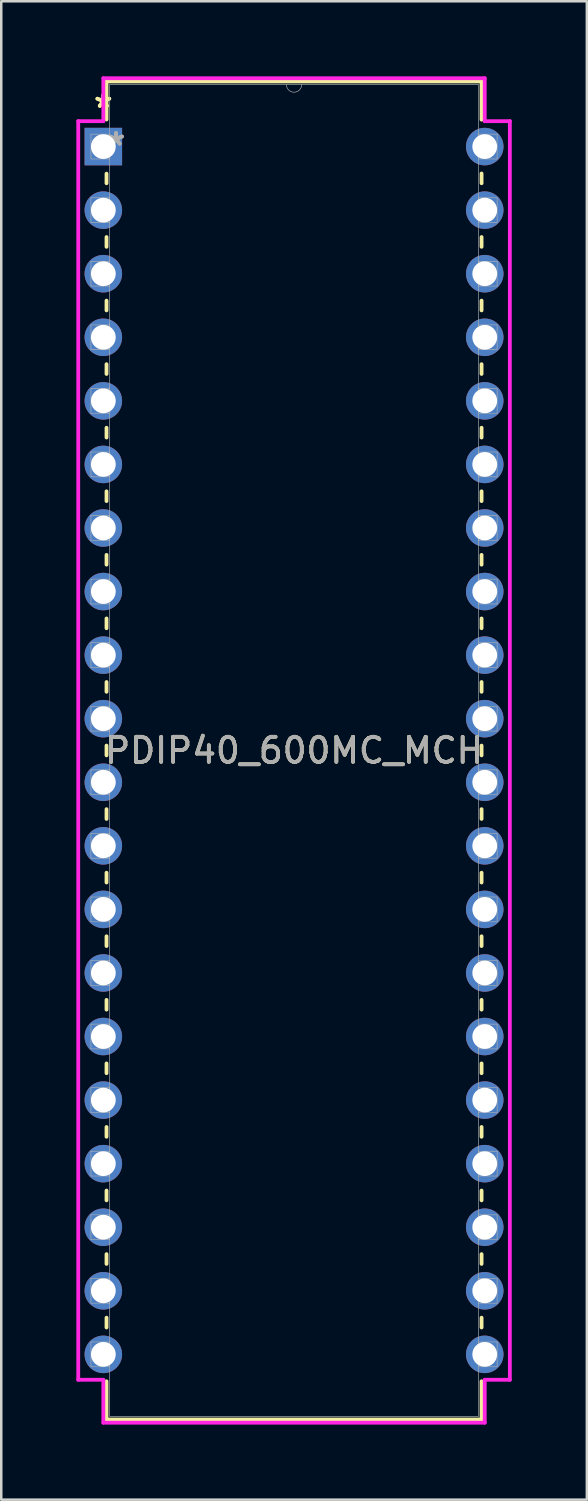
<source format=kicad_pcb>
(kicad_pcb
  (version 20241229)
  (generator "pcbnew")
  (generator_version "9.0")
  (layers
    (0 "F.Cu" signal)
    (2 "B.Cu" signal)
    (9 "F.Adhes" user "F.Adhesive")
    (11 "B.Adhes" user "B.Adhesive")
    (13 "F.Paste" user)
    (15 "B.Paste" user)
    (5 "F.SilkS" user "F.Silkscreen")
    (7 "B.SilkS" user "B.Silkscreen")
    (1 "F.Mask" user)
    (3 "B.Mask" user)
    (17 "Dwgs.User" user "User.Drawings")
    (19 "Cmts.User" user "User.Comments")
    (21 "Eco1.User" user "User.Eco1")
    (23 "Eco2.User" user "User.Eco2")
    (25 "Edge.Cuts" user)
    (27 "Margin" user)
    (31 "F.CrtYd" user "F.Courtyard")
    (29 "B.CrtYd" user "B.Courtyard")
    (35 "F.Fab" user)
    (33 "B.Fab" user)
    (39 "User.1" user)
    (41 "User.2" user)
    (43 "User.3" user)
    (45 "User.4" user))
  (footprint "PDIP40_600MC_MCH"
    (layer "F.Cu")
    (at 1.079 2.807)
    (property "Reference" "PDIP40_600MC_MCH" (at 7.62 24.13 0) (unlocked yes) (layer "F.SilkS") (effects (font (size 1 1) (thickness 0.15))))
    (attr through_hole)
    (fp_line (start 0.127 -2.603) (end 0.127 -1.082) (stroke (width 0.152) (type solid)) (layer "F.SilkS"))
    (fp_line (start 0.127 1.082) (end 0.127 1.465) (stroke (width 0.152) (type solid)) (layer "F.SilkS"))
    (fp_line (start 0.127 3.615) (end 0.127 4.005) (stroke (width 0.152) (type solid)) (layer "F.SilkS"))
    (fp_line (start 0.127 6.155) (end 0.127 6.545) (stroke (width 0.152) (type solid)) (layer "F.SilkS"))
    (fp_line (start 0.127 8.695) (end 0.127 9.085) (stroke (width 0.152) (type solid)) (layer "F.SilkS"))
    (fp_line (start 0.127 11.235) (end 0.127 11.625) (stroke (width 0.152) (type solid)) (layer "F.SilkS"))
    (fp_line (start 0.127 13.775) (end 0.127 14.165) (stroke (width 0.152) (type solid)) (layer "F.SilkS"))
    (fp_line (start 0.127 16.315) (end 0.127 16.705) (stroke (width 0.152) (type solid)) (layer "F.SilkS"))
    (fp_line (start 0.127 18.855) (end 0.127 19.245) (stroke (width 0.152) (type solid)) (layer "F.SilkS"))
    (fp_line (start 0.127 21.395) (end 0.127 21.785) (stroke (width 0.152) (type solid)) (layer "F.SilkS"))
    (fp_line (start 0.127 23.935) (end 0.127 24.325) (stroke (width 0.152) (type solid)) (layer "F.SilkS"))
    (fp_line (start 0.127 26.475) (end 0.127 26.865) (stroke (width 0.152) (type solid)) (layer "F.SilkS"))
    (fp_line (start 0.127 29.015) (end 0.127 29.405) (stroke (width 0.152) (type solid)) (layer "F.SilkS"))
    (fp_line (start 0.127 31.555) (end 0.127 31.945) (stroke (width 0.152) (type solid)) (layer "F.SilkS"))
    (fp_line (start 0.127 34.095) (end 0.127 34.485) (stroke (width 0.152) (type solid)) (layer "F.SilkS"))
    (fp_line (start 0.127 36.635) (end 0.127 37.025) (stroke (width 0.152) (type solid)) (layer "F.SilkS"))
    (fp_line (start 0.127 39.175) (end 0.127 39.565) (stroke (width 0.152) (type solid)) (layer "F.SilkS"))
    (fp_line (start 0.127 41.715) (end 0.127 42.105) (stroke (width 0.152) (type solid)) (layer "F.SilkS"))
    (fp_line (start 0.127 44.255) (end 0.127 44.645) (stroke (width 0.152) (type solid)) (layer "F.SilkS"))
    (fp_line (start 0.127 46.795) (end 0.127 47.185) (stroke (width 0.152) (type solid)) (layer "F.SilkS"))
    (fp_line (start 0.127 49.335) (end 0.127 50.864) (stroke (width 0.152) (type solid)) (layer "F.SilkS"))
    (fp_line (start 0.127 50.864) (end 15.113 50.864) (stroke (width 0.152) (type solid)) (layer "F.SilkS"))
    (fp_line (start 15.113 -2.603) (end 0.127 -2.603) (stroke (width 0.152) (type solid)) (layer "F.SilkS"))
    (fp_line (start 15.113 -1.075) (end 15.113 -2.603) (stroke (width 0.152) (type solid)) (layer "F.SilkS"))
    (fp_line (start 15.113 1.465) (end 15.113 1.075) (stroke (width 0.152) (type solid)) (layer "F.SilkS"))
    (fp_line (start 15.113 4.005) (end 15.113 3.615) (stroke (width 0.152) (type solid)) (layer "F.SilkS"))
    (fp_line (start 15.113 6.545) (end 15.113 6.155) (stroke (width 0.152) (type solid)) (layer "F.SilkS"))
    (fp_line (start 15.113 9.085) (end 15.113 8.695) (stroke (width 0.152) (type solid)) (layer "F.SilkS"))
    (fp_line (start 15.113 11.625) (end 15.113 11.235) (stroke (width 0.152) (type solid)) (layer "F.SilkS"))
    (fp_line (start 15.113 14.165) (end 15.113 13.775) (stroke (width 0.152) (type solid)) (layer "F.SilkS"))
    (fp_line (start 15.113 16.705) (end 15.113 16.315) (stroke (width 0.152) (type solid)) (layer "F.SilkS"))
    (fp_line (start 15.113 19.245) (end 15.113 18.855) (stroke (width 0.152) (type solid)) (layer "F.SilkS"))
    (fp_line (start 15.113 21.785) (end 15.113 21.395) (stroke (width 0.152) (type solid)) (layer "F.SilkS"))
    (fp_line (start 15.113 24.325) (end 15.113 23.935) (stroke (width 0.152) (type solid)) (layer "F.SilkS"))
    (fp_line (start 15.113 26.865) (end 15.113 26.475) (stroke (width 0.152) (type solid)) (layer "F.SilkS"))
    (fp_line (start 15.113 29.405) (end 15.113 29.015) (stroke (width 0.152) (type solid)) (layer "F.SilkS"))
    (fp_line (start 15.113 31.945) (end 15.113 31.555) (stroke (width 0.152) (type solid)) (layer "F.SilkS"))
    (fp_line (start 15.113 34.485) (end 15.113 34.095) (stroke (width 0.152) (type solid)) (layer "F.SilkS"))
    (fp_line (start 15.113 37.025) (end 15.113 36.635) (stroke (width 0.152) (type solid)) (layer "F.SilkS"))
    (fp_line (start 15.113 39.565) (end 15.113 39.175) (stroke (width 0.152) (type solid)) (layer "F.SilkS"))
    (fp_line (start 15.113 42.105) (end 15.113 41.715) (stroke (width 0.152) (type solid)) (layer "F.SilkS"))
    (fp_line (start 15.113 44.645) (end 15.113 44.255) (stroke (width 0.152) (type solid)) (layer "F.SilkS"))
    (fp_line (start 15.113 47.185) (end 15.113 46.795) (stroke (width 0.152) (type solid)) (layer "F.SilkS"))
    (fp_line (start 15.113 50.864) (end 15.113 49.335) (stroke (width 0.152) (type solid)) (layer "F.SilkS"))
    (fp_line (start -1.003 -1.016) (end 0 -1.016) (stroke (width 0.152) (type solid)) (layer "F.CrtYd"))
    (fp_line (start -1.003 49.276) (end -1.003 -1.016) (stroke (width 0.152) (type solid)) (layer "F.CrtYd"))
    (fp_line (start 0 -2.731) (end 15.24 -2.731) (stroke (width 0.152) (type solid)) (layer "F.CrtYd"))
    (fp_line (start 0 -1.016) (end 0 -2.731) (stroke (width 0.152) (type solid)) (layer "F.CrtYd"))
    (fp_line (start 0 49.276) (end -1.003 49.276) (stroke (width 0.152) (type solid)) (layer "F.CrtYd"))
    (fp_line (start 0 50.99) (end 0 49.276) (stroke (width 0.152) (type solid)) (layer "F.CrtYd"))
    (fp_line (start 15.24 -2.731) (end 15.24 -1.016) (stroke (width 0.152) (type solid)) (layer "F.CrtYd"))
    (fp_line (start 15.24 49.276) (end 15.24 50.99) (stroke (width 0.152) (type solid)) (layer "F.CrtYd"))
    (fp_line (start 15.24 50.99) (end 0 50.99) (stroke (width 0.152) (type solid)) (layer "F.CrtYd"))
    (fp_line (start 16.243 -1.016) (end 15.24 -1.016) (stroke (width 0.152) (type solid)) (layer "F.CrtYd"))
    (fp_line (start 16.243 -1.016) (end 16.243 49.276) (stroke (width 0.152) (type solid)) (layer "F.CrtYd"))
    (fp_line (start 16.243 49.276) (end 15.24 49.276) (stroke (width 0.152) (type solid)) (layer "F.CrtYd"))
    (fp_line (start -0.495 -0.495) (end -0.495 0.495) (stroke (width 0.025) (type solid)) (layer "F.Fab"))
    (fp_line (start -0.495 0.495) (end 0.254 0.495) (stroke (width 0.025) (type solid)) (layer "F.Fab"))
    (fp_line (start -0.495 2.045) (end -0.495 3.035) (stroke (width 0.025) (type solid)) (layer "F.Fab"))
    (fp_line (start -0.495 3.035) (end 0.254 3.035) (stroke (width 0.025) (type solid)) (layer "F.Fab"))
    (fp_line (start -0.495 4.585) (end -0.495 5.575) (stroke (width 0.025) (type solid)) (layer "F.Fab"))
    (fp_line (start -0.495 5.575) (end 0.254 5.575) (stroke (width 0.025) (type solid)) (layer "F.Fab"))
    (fp_line (start -0.495 7.125) (end -0.495 8.115) (stroke (width 0.025) (type solid)) (layer "F.Fab"))
    (fp_line (start -0.495 8.115) (end 0.254 8.115) (stroke (width 0.025) (type solid)) (layer "F.Fab"))
    (fp_line (start -0.495 9.665) (end -0.495 10.655) (stroke (width 0.025) (type solid)) (layer "F.Fab"))
    (fp_line (start -0.495 10.655) (end 0.254 10.655) (stroke (width 0.025) (type solid)) (layer "F.Fab"))
    (fp_line (start -0.495 12.205) (end -0.495 13.195) (stroke (width 0.025) (type solid)) (layer "F.Fab"))
    (fp_line (start -0.495 13.195) (end 0.254 13.195) (stroke (width 0.025) (type solid)) (layer "F.Fab"))
    (fp_line (start -0.495 14.745) (end -0.495 15.735) (stroke (width 0.025) (type solid)) (layer "F.Fab"))
    (fp_line (start -0.495 15.735) (end 0.254 15.735) (stroke (width 0.025) (type solid)) (layer "F.Fab"))
    (fp_line (start -0.495 17.285) (end -0.495 18.275) (stroke (width 0.025) (type solid)) (layer "F.Fab"))
    (fp_line (start -0.495 18.275) (end 0.254 18.275) (stroke (width 0.025) (type solid)) (layer "F.Fab"))
    (fp_line (start -0.495 19.825) (end -0.495 20.815) (stroke (width 0.025) (type solid)) (layer "F.Fab"))
    (fp_line (start -0.495 20.815) (end 0.254 20.815) (stroke (width 0.025) (type solid)) (layer "F.Fab"))
    (fp_line (start -0.495 22.365) (end -0.495 23.355) (stroke (width 0.025) (type solid)) (layer "F.Fab"))
    (fp_line (start -0.495 23.355) (end 0.254 23.355) (stroke (width 0.025) (type solid)) (layer "F.Fab"))
    (fp_line (start -0.495 24.905) (end -0.495 25.895) (stroke (width 0.025) (type solid)) (layer "F.Fab"))
    (fp_line (start -0.495 25.895) (end 0.254 25.895) (stroke (width 0.025) (type solid)) (layer "F.Fab"))
    (fp_line (start -0.495 27.445) (end -0.495 28.435) (stroke (width 0.025) (type solid)) (layer "F.Fab"))
    (fp_line (start -0.495 28.435) (end 0.254 28.435) (stroke (width 0.025) (type solid)) (layer "F.Fab"))
    (fp_line (start -0.495 29.985) (end -0.495 30.975) (stroke (width 0.025) (type solid)) (layer "F.Fab"))
    (fp_line (start -0.495 30.975) (end 0.254 30.975) (stroke (width 0.025) (type solid)) (layer "F.Fab"))
    (fp_line (start -0.495 32.525) (end -0.495 33.515) (stroke (width 0.025) (type solid)) (layer "F.Fab"))
    (fp_line (start -0.495 33.515) (end 0.254 33.515) (stroke (width 0.025) (type solid)) (layer "F.Fab"))
    (fp_line (start -0.495 35.065) (end -0.495 36.055) (stroke (width 0.025) (type solid)) (layer "F.Fab"))
    (fp_line (start -0.495 36.055) (end 0.254 36.055) (stroke (width 0.025) (type solid)) (layer "F.Fab"))
    (fp_line (start -0.495 37.605) (end -0.495 38.595) (stroke (width 0.025) (type solid)) (layer "F.Fab"))
    (fp_line (start -0.495 38.595) (end 0.254 38.595) (stroke (width 0.025) (type solid)) (layer "F.Fab"))
    (fp_line (start -0.495 40.145) (end -0.495 41.135) (stroke (width 0.025) (type solid)) (layer "F.Fab"))
    (fp_line (start -0.495 41.135) (end 0.254 41.135) (stroke (width 0.025) (type solid)) (layer "F.Fab"))
    (fp_line (start -0.495 42.685) (end -0.495 43.675) (stroke (width 0.025) (type solid)) (layer "F.Fab"))
    (fp_line (start -0.495 43.675) (end 0.254 43.675) (stroke (width 0.025) (type solid)) (layer "F.Fab"))
    (fp_line (start -0.495 45.225) (end -0.495 46.215) (stroke (width 0.025) (type solid)) (layer "F.Fab"))
    (fp_line (start -0.495 46.215) (end 0.254 46.215) (stroke (width 0.025) (type solid)) (layer "F.Fab"))
    (fp_line (start -0.495 47.765) (end -0.495 48.755) (stroke (width 0.025) (type solid)) (layer "F.Fab"))
    (fp_line (start -0.495 48.755) (end 0.254 48.755) (stroke (width 0.025) (type solid)) (layer "F.Fab"))
    (fp_line (start 0.254 -2.477) (end 0.254 50.736) (stroke (width 0.025) (type solid)) (layer "F.Fab"))
    (fp_line (start 0.254 -0.495) (end -0.495 -0.495) (stroke (width 0.025) (type solid)) (layer "F.Fab"))
    (fp_line (start 0.254 0.495) (end 0.254 -0.495) (stroke (width 0.025) (type solid)) (layer "F.Fab"))
    (fp_line (start 0.254 2.045) (end -0.495 2.045) (stroke (width 0.025) (type solid)) (layer "F.Fab"))
    (fp_line (start 0.254 3.035) (end 0.254 2.045) (stroke (width 0.025) (type solid)) (layer "F.Fab"))
    (fp_line (start 0.254 4.585) (end -0.495 4.585) (stroke (width 0.025) (type solid)) (layer "F.Fab"))
    (fp_line (start 0.254 5.575) (end 0.254 4.585) (stroke (width 0.025) (type solid)) (layer "F.Fab"))
    (fp_line (start 0.254 7.125) (end -0.495 7.125) (stroke (width 0.025) (type solid)) (layer "F.Fab"))
    (fp_line (start 0.254 8.115) (end 0.254 7.125) (stroke (width 0.025) (type solid)) (layer "F.Fab"))
    (fp_line (start 0.254 9.665) (end -0.495 9.665) (stroke (width 0.025) (type solid)) (layer "F.Fab"))
    (fp_line (start 0.254 10.655) (end 0.254 9.665) (stroke (width 0.025) (type solid)) (layer "F.Fab"))
    (fp_line (start 0.254 12.205) (end -0.495 12.205) (stroke (width 0.025) (type solid)) (layer "F.Fab"))
    (fp_line (start 0.254 13.195) (end 0.254 12.205) (stroke (width 0.025) (type solid)) (layer "F.Fab"))
    (fp_line (start 0.254 14.745) (end -0.495 14.745) (stroke (width 0.025) (type solid)) (layer "F.Fab"))
    (fp_line (start 0.254 15.735) (end 0.254 14.745) (stroke (width 0.025) (type solid)) (layer "F.Fab"))
    (fp_line (start 0.254 17.285) (end -0.495 17.285) (stroke (width 0.025) (type solid)) (layer "F.Fab"))
    (fp_line (start 0.254 18.275) (end 0.254 17.285) (stroke (width 0.025) (type solid)) (layer "F.Fab"))
    (fp_line (start 0.254 19.825) (end -0.495 19.825) (stroke (width 0.025) (type solid)) (layer "F.Fab"))
    (fp_line (start 0.254 20.815) (end 0.254 19.825) (stroke (width 0.025) (type solid)) (layer "F.Fab"))
    (fp_line (start 0.254 22.365) (end -0.495 22.365) (stroke (width 0.025) (type solid)) (layer "F.Fab"))
    (fp_line (start 0.254 23.355) (end 0.254 22.365) (stroke (width 0.025) (type solid)) (layer "F.Fab"))
    (fp_line (start 0.254 24.905) (end -0.495 24.905) (stroke (width 0.025) (type solid)) (layer "F.Fab"))
    (fp_line (start 0.254 25.895) (end 0.254 24.905) (stroke (width 0.025) (type solid)) (layer "F.Fab"))
    (fp_line (start 0.254 27.445) (end -0.495 27.445) (stroke (width 0.025) (type solid)) (layer "F.Fab"))
    (fp_line (start 0.254 28.435) (end 0.254 27.445) (stroke (width 0.025) (type solid)) (layer "F.Fab"))
    (fp_line (start 0.254 29.985) (end -0.495 29.985) (stroke (width 0.025) (type solid)) (layer "F.Fab"))
    (fp_line (start 0.254 30.975) (end 0.254 29.985) (stroke (width 0.025) (type solid)) (layer "F.Fab"))
    (fp_line (start 0.254 32.525) (end -0.495 32.525) (stroke (width 0.025) (type solid)) (layer "F.Fab"))
    (fp_line (start 0.254 33.515) (end 0.254 32.525) (stroke (width 0.025) (type solid)) (layer "F.Fab"))
    (fp_line (start 0.254 35.065) (end -0.495 35.065) (stroke (width 0.025) (type solid)) (layer "F.Fab"))
    (fp_line (start 0.254 36.055) (end 0.254 35.065) (stroke (width 0.025) (type solid)) (layer "F.Fab"))
    (fp_line (start 0.254 37.605) (end -0.495 37.605) (stroke (width 0.025) (type solid)) (layer "F.Fab"))
    (fp_line (start 0.254 38.595) (end 0.254 37.605) (stroke (width 0.025) (type solid)) (layer "F.Fab"))
    (fp_line (start 0.254 40.145) (end -0.495 40.145) (stroke (width 0.025) (type solid)) (layer "F.Fab"))
    (fp_line (start 0.254 41.135) (end 0.254 40.145) (stroke (width 0.025) (type solid)) (layer "F.Fab"))
    (fp_line (start 0.254 42.685) (end -0.495 42.685) (stroke (width 0.025) (type solid)) (layer "F.Fab"))
    (fp_line (start 0.254 43.675) (end 0.254 42.685) (stroke (width 0.025) (type solid)) (layer "F.Fab"))
    (fp_line (start 0.254 45.225) (end -0.495 45.225) (stroke (width 0.025) (type solid)) (layer "F.Fab"))
    (fp_line (start 0.254 46.215) (end 0.254 45.225) (stroke (width 0.025) (type solid)) (layer "F.Fab"))
    (fp_line (start 0.254 47.765) (end -0.495 47.765) (stroke (width 0.025) (type solid)) (layer "F.Fab"))
    (fp_line (start 0.254 48.755) (end 0.254 47.765) (stroke (width 0.025) (type solid)) (layer "F.Fab"))
    (fp_line (start 0.254 50.736) (end 14.986 50.736) (stroke (width 0.025) (type solid)) (layer "F.Fab"))
    (fp_line (start 14.986 -2.477) (end 0.254 -2.477) (stroke (width 0.025) (type solid)) (layer "F.Fab"))
    (fp_line (start 14.986 -0.495) (end 14.986 0.495) (stroke (width 0.025) (type solid)) (layer "F.Fab"))
    (fp_line (start 14.986 0.495) (end 15.735 0.495) (stroke (width 0.025) (type solid)) (layer "F.Fab"))
    (fp_line (start 14.986 2.045) (end 14.986 3.035) (stroke (width 0.025) (type solid)) (layer "F.Fab"))
    (fp_line (start 14.986 3.035) (end 15.735 3.035) (stroke (width 0.025) (type solid)) (layer "F.Fab"))
    (fp_line (start 14.986 4.585) (end 14.986 5.575) (stroke (width 0.025) (type solid)) (layer "F.Fab"))
    (fp_line (start 14.986 5.575) (end 15.735 5.575) (stroke (width 0.025) (type solid)) (layer "F.Fab"))
    (fp_line (start 14.986 7.125) (end 14.986 8.115) (stroke (width 0.025) (type solid)) (layer "F.Fab"))
    (fp_line (start 14.986 8.115) (end 15.735 8.115) (stroke (width 0.025) (type solid)) (layer "F.Fab"))
    (fp_line (start 14.986 9.665) (end 14.986 10.655) (stroke (width 0.025) (type solid)) (layer "F.Fab"))
    (fp_line (start 14.986 10.655) (end 15.735 10.655) (stroke (width 0.025) (type solid)) (layer "F.Fab"))
    (fp_line (start 14.986 12.205) (end 14.986 13.195) (stroke (width 0.025) (type solid)) (layer "F.Fab"))
    (fp_line (start 14.986 13.195) (end 15.735 13.195) (stroke (width 0.025) (type solid)) (layer "F.Fab"))
    (fp_line (start 14.986 14.745) (end 14.986 15.735) (stroke (width 0.025) (type solid)) (layer "F.Fab"))
    (fp_line (start 14.986 15.735) (end 15.735 15.735) (stroke (width 0.025) (type solid)) (layer "F.Fab"))
    (fp_line (start 14.986 17.285) (end 14.986 18.275) (stroke (width 0.025) (type solid)) (layer "F.Fab"))
    (fp_line (start 14.986 18.275) (end 15.735 18.275) (stroke (width 0.025) (type solid)) (layer "F.Fab"))
    (fp_line (start 14.986 19.825) (end 14.986 20.815) (stroke (width 0.025) (type solid)) (layer "F.Fab"))
    (fp_line (start 14.986 20.815) (end 15.735 20.815) (stroke (width 0.025) (type solid)) (layer "F.Fab"))
    (fp_line (start 14.986 22.365) (end 14.986 23.355) (stroke (width 0.025) (type solid)) (layer "F.Fab"))
    (fp_line (start 14.986 23.355) (end 15.735 23.355) (stroke (width 0.025) (type solid)) (layer "F.Fab"))
    (fp_line (start 14.986 24.905) (end 14.986 25.895) (stroke (width 0.025) (type solid)) (layer "F.Fab"))
    (fp_line (start 14.986 25.895) (end 15.735 25.895) (stroke (width 0.025) (type solid)) (layer "F.Fab"))
    (fp_line (start 14.986 27.445) (end 14.986 28.435) (stroke (width 0.025) (type solid)) (layer "F.Fab"))
    (fp_line (start 14.986 28.435) (end 15.735 28.435) (stroke (width 0.025) (type solid)) (layer "F.Fab"))
    (fp_line (start 14.986 29.985) (end 14.986 30.975) (stroke (width 0.025) (type solid)) (layer "F.Fab"))
    (fp_line (start 14.986 30.975) (end 15.735 30.975) (stroke (width 0.025) (type solid)) (layer "F.Fab"))
    (fp_line (start 14.986 32.525) (end 14.986 33.515) (stroke (width 0.025) (type solid)) (layer "F.Fab"))
    (fp_line (start 14.986 33.515) (end 15.735 33.515) (stroke (width 0.025) (type solid)) (layer "F.Fab"))
    (fp_line (start 14.986 35.065) (end 14.986 36.055) (stroke (width 0.025) (type solid)) (layer "F.Fab"))
    (fp_line (start 14.986 36.055) (end 15.735 36.055) (stroke (width 0.025) (type solid)) (layer "F.Fab"))
    (fp_line (start 14.986 37.605) (end 14.986 38.595) (stroke (width 0.025) (type solid)) (layer "F.Fab"))
    (fp_line (start 14.986 38.595) (end 15.735 38.595) (stroke (width 0.025) (type solid)) (layer "F.Fab"))
    (fp_line (start 14.986 40.145) (end 14.986 41.135) (stroke (width 0.025) (type solid)) (layer "F.Fab"))
    (fp_line (start 14.986 41.135) (end 15.735 41.135) (stroke (width 0.025) (type solid)) (layer "F.Fab"))
    (fp_line (start 14.986 42.685) (end 14.986 43.675) (stroke (width 0.025) (type solid)) (layer "F.Fab"))
    (fp_line (start 14.986 43.675) (end 15.735 43.675) (stroke (width 0.025) (type solid)) (layer "F.Fab"))
    (fp_line (start 14.986 45.225) (end 14.986 46.215) (stroke (width 0.025) (type solid)) (layer "F.Fab"))
    (fp_line (start 14.986 46.215) (end 15.735 46.215) (stroke (width 0.025) (type solid)) (layer "F.Fab"))
    (fp_line (start 14.986 47.765) (end 14.986 48.755) (stroke (width 0.025) (type solid)) (layer "F.Fab"))
    (fp_line (start 14.986 48.755) (end 15.735 48.755) (stroke (width 0.025) (type solid)) (layer "F.Fab"))
    (fp_line (start 14.986 50.736) (end 14.986 -2.477) (stroke (width 0.025) (type solid)) (layer "F.Fab"))
    (fp_line (start 15.735 -0.495) (end 14.986 -0.495) (stroke (width 0.025) (type solid)) (layer "F.Fab"))
    (fp_line (start 15.735 0.495) (end 15.735 -0.495) (stroke (width 0.025) (type solid)) (layer "F.Fab"))
    (fp_line (start 15.735 2.045) (end 14.986 2.045) (stroke (width 0.025) (type solid)) (layer "F.Fab"))
    (fp_line (start 15.735 3.035) (end 15.735 2.045) (stroke (width 0.025) (type solid)) (layer "F.Fab"))
    (fp_line (start 15.735 4.585) (end 14.986 4.585) (stroke (width 0.025) (type solid)) (layer "F.Fab"))
    (fp_line (start 15.735 5.575) (end 15.735 4.585) (stroke (width 0.025) (type solid)) (layer "F.Fab"))
    (fp_line (start 15.735 7.125) (end 14.986 7.125) (stroke (width 0.025) (type solid)) (layer "F.Fab"))
    (fp_line (start 15.735 8.115) (end 15.735 7.125) (stroke (width 0.025) (type solid)) (layer "F.Fab"))
    (fp_line (start 15.735 9.665) (end 14.986 9.665) (stroke (width 0.025) (type solid)) (layer "F.Fab"))
    (fp_line (start 15.735 10.655) (end 15.735 9.665) (stroke (width 0.025) (type solid)) (layer "F.Fab"))
    (fp_line (start 15.735 12.205) (end 14.986 12.205) (stroke (width 0.025) (type solid)) (layer "F.Fab"))
    (fp_line (start 15.735 13.195) (end 15.735 12.205) (stroke (width 0.025) (type solid)) (layer "F.Fab"))
    (fp_line (start 15.735 14.745) (end 14.986 14.745) (stroke (width 0.025) (type solid)) (layer "F.Fab"))
    (fp_line (start 15.735 15.735) (end 15.735 14.745) (stroke (width 0.025) (type solid)) (layer "F.Fab"))
    (fp_line (start 15.735 17.285) (end 14.986 17.285) (stroke (width 0.025) (type solid)) (layer "F.Fab"))
    (fp_line (start 15.735 18.275) (end 15.735 17.285) (stroke (width 0.025) (type solid)) (layer "F.Fab"))
    (fp_line (start 15.735 19.825) (end 14.986 19.825) (stroke (width 0.025) (type solid)) (layer "F.Fab"))
    (fp_line (start 15.735 20.815) (end 15.735 19.825) (stroke (width 0.025) (type solid)) (layer "F.Fab"))
    (fp_line (start 15.735 22.365) (end 14.986 22.365) (stroke (width 0.025) (type solid)) (layer "F.Fab"))
    (fp_line (start 15.735 23.355) (end 15.735 22.365) (stroke (width 0.025) (type solid)) (layer "F.Fab"))
    (fp_line (start 15.735 24.905) (end 14.986 24.905) (stroke (width 0.025) (type solid)) (layer "F.Fab"))
    (fp_line (start 15.735 25.895) (end 15.735 24.905) (stroke (width 0.025) (type solid)) (layer "F.Fab"))
    (fp_line (start 15.735 27.445) (end 14.986 27.445) (stroke (width 0.025) (type solid)) (layer "F.Fab"))
    (fp_line (start 15.735 28.435) (end 15.735 27.445) (stroke (width 0.025) (type solid)) (layer "F.Fab"))
    (fp_line (start 15.735 29.985) (end 14.986 29.985) (stroke (width 0.025) (type solid)) (layer "F.Fab"))
    (fp_line (start 15.735 30.975) (end 15.735 29.985) (stroke (width 0.025) (type solid)) (layer "F.Fab"))
    (fp_line (start 15.735 32.525) (end 14.986 32.525) (stroke (width 0.025) (type solid)) (layer "F.Fab"))
    (fp_line (start 15.735 33.515) (end 15.735 32.525) (stroke (width 0.025) (type solid)) (layer "F.Fab"))
    (fp_line (start 15.735 35.065) (end 14.986 35.065) (stroke (width 0.025) (type solid)) (layer "F.Fab"))
    (fp_line (start 15.735 36.055) (end 15.735 35.065) (stroke (width 0.025) (type solid)) (layer "F.Fab"))
    (fp_line (start 15.735 37.605) (end 14.986 37.605) (stroke (width 0.025) (type solid)) (layer "F.Fab"))
    (fp_line (start 15.735 38.595) (end 15.735 37.605) (stroke (width 0.025) (type solid)) (layer "F.Fab"))
    (fp_line (start 15.735 40.145) (end 14.986 40.145) (stroke (width 0.025) (type solid)) (layer "F.Fab"))
    (fp_line (start 15.735 41.135) (end 15.735 40.145) (stroke (width 0.025) (type solid)) (layer "F.Fab"))
    (fp_line (start 15.735 42.685) (end 14.986 42.685) (stroke (width 0.025) (type solid)) (layer "F.Fab"))
    (fp_line (start 15.735 43.675) (end 15.735 42.685) (stroke (width 0.025) (type solid)) (layer "F.Fab"))
    (fp_line (start 15.735 45.225) (end 14.986 45.225) (stroke (width 0.025) (type solid)) (layer "F.Fab"))
    (fp_line (start 15.735 46.215) (end 15.735 45.225) (stroke (width 0.025) (type solid)) (layer "F.Fab"))
    (fp_line (start 15.735 47.765) (end 14.986 47.765) (stroke (width 0.025) (type solid)) (layer "F.Fab"))
    (fp_line (start 15.735 48.755) (end 15.735 47.765) (stroke (width 0.025) (type solid)) (layer "F.Fab"))
    (fp_arc (start 7.9248 -2.4765) (mid 7.62 -2.1717) (end 7.3152 -2.4765) (stroke (width 0.0254) (type solid)) (layer "F.Fab"))
    (fp_text user "*" (at 0 -1.511 0) (layer "F.SilkS") (effects (font (size 1 1) (thickness 0.15))))
    (fp_text user "*" (at 0 -1.511 0) (unlocked yes) (layer "F.SilkS") (effects (font (size 1 1) (thickness 0.15))))
    (fp_text user "${REFERENCE}" (at 7.62 24.13 0) (unlocked yes) (layer "F.Fab") (effects (font (size 1 1) (thickness 0.15))))
    (fp_text user "*" (at 0.508 0 0) (unlocked yes) (layer "F.Fab") (effects (font (size 1 1) (thickness 0.15))))
    (fp_text user "*" (at 0.508 0 0) (layer "F.Fab") (effects (font (size 1 1) (thickness 0.15))))
    (pad "1" thru_hole rect (at 0 0) (size 1.499 1.499) (drill 0.991) (layers "*.Cu" "*.Mask"))
    (pad "2" thru_hole circle (at 0 2.54) (size 1.499 1.499) (drill 0.991) (layers "*.Cu" "*.Mask"))
    (pad "3" thru_hole circle (at 0 5.08) (size 1.499 1.499) (drill 0.991) (layers "*.Cu" "*.Mask"))
    (pad "4" thru_hole circle (at 0 7.62) (size 1.499 1.499) (drill 0.991) (layers "*.Cu" "*.Mask"))
    (pad "5" thru_hole circle (at 0 10.16) (size 1.499 1.499) (drill 0.991) (layers "*.Cu" "*.Mask"))
    (pad "6" thru_hole circle (at 0 12.7) (size 1.499 1.499) (drill 0.991) (layers "*.Cu" "*.Mask"))
    (pad "7" thru_hole circle (at 0 15.24) (size 1.499 1.499) (drill 0.991) (layers "*.Cu" "*.Mask"))
    (pad "8" thru_hole circle (at 0 17.78) (size 1.499 1.499) (drill 0.991) (layers "*.Cu" "*.Mask"))
    (pad "9" thru_hole circle (at 0 20.32) (size 1.499 1.499) (drill 0.991) (layers "*.Cu" "*.Mask"))
    (pad "10" thru_hole circle (at 0 22.86) (size 1.499 1.499) (drill 0.991) (layers "*.Cu" "*.Mask"))
    (pad "11" thru_hole circle (at 0 25.4) (size 1.499 1.499) (drill 0.991) (layers "*.Cu" "*.Mask"))
    (pad "12" thru_hole circle (at 0 27.94) (size 1.499 1.499) (drill 0.991) (layers "*.Cu" "*.Mask"))
    (pad "13" thru_hole circle (at 0 30.48) (size 1.499 1.499) (drill 0.991) (layers "*.Cu" "*.Mask"))
    (pad "14" thru_hole circle (at 0 33.02) (size 1.499 1.499) (drill 0.991) (layers "*.Cu" "*.Mask"))
    (pad "15" thru_hole circle (at 0 35.56) (size 1.499 1.499) (drill 0.991) (layers "*.Cu" "*.Mask"))
    (pad "16" thru_hole circle (at 0 38.1) (size 1.499 1.499) (drill 0.991) (layers "*.Cu" "*.Mask"))
    (pad "17" thru_hole circle (at 0 40.64) (size 1.499 1.499) (drill 0.991) (layers "*.Cu" "*.Mask"))
    (pad "18" thru_hole circle (at 0 43.18) (size 1.499 1.499) (drill 0.991) (layers "*.Cu" "*.Mask"))
    (pad "19" thru_hole circle (at 0 45.72) (size 1.499 1.499) (drill 0.991) (layers "*.Cu" "*.Mask"))
    (pad "20" thru_hole circle (at 0 48.26) (size 1.499 1.499) (drill 0.991) (layers "*.Cu" "*.Mask"))
    (pad "21" thru_hole circle (at 15.24 48.26) (size 1.499 1.499) (drill 0.991) (layers "*.Cu" "*.Mask"))
    (pad "22" thru_hole circle (at 15.24 45.72) (size 1.499 1.499) (drill 0.991) (layers "*.Cu" "*.Mask"))
    (pad "23" thru_hole circle (at 15.24 43.18) (size 1.499 1.499) (drill 0.991) (layers "*.Cu" "*.Mask"))
    (pad "24" thru_hole circle (at 15.24 40.64) (size 1.499 1.499) (drill 0.991) (layers "*.Cu" "*.Mask"))
    (pad "25" thru_hole circle (at 15.24 38.1) (size 1.499 1.499) (drill 0.991) (layers "*.Cu" "*.Mask"))
    (pad "26" thru_hole circle (at 15.24 35.56) (size 1.499 1.499) (drill 0.991) (layers "*.Cu" "*.Mask"))
    (pad "27" thru_hole circle (at 15.24 33.02) (size 1.499 1.499) (drill 0.991) (layers "*.Cu" "*.Mask"))
    (pad "28" thru_hole circle (at 15.24 30.48) (size 1.499 1.499) (drill 0.991) (layers "*.Cu" "*.Mask"))
    (pad "29" thru_hole circle (at 15.24 27.94) (size 1.499 1.499) (drill 0.991) (layers "*.Cu" "*.Mask"))
    (pad "30" thru_hole circle (at 15.24 25.4) (size 1.499 1.499) (drill 0.991) (layers "*.Cu" "*.Mask"))
    (pad "31" thru_hole circle (at 15.24 22.86) (size 1.499 1.499) (drill 0.991) (layers "*.Cu" "*.Mask"))
    (pad "32" thru_hole circle (at 15.24 20.32) (size 1.499 1.499) (drill 0.991) (layers "*.Cu" "*.Mask"))
    (pad "33" thru_hole circle (at 15.24 17.78) (size 1.499 1.499) (drill 0.991) (layers "*.Cu" "*.Mask"))
    (pad "34" thru_hole circle (at 15.24 15.24) (size 1.499 1.499) (drill 0.991) (layers "*.Cu" "*.Mask"))
    (pad "35" thru_hole circle (at 15.24 12.7) (size 1.499 1.499) (drill 0.991) (layers "*.Cu" "*.Mask"))
    (pad "36" thru_hole circle (at 15.24 10.16) (size 1.499 1.499) (drill 0.991) (layers "*.Cu" "*.Mask"))
    (pad "37" thru_hole circle (at 15.24 7.62) (size 1.499 1.499) (drill 0.991) (layers "*.Cu" "*.Mask"))
    (pad "38" thru_hole circle (at 15.24 5.08) (size 1.499 1.499) (drill 0.991) (layers "*.Cu" "*.Mask"))
    (pad "39" thru_hole circle (at 15.24 2.54) (size 1.499 1.499) (drill 0.991) (layers "*.Cu" "*.Mask"))
    (pad "40" thru_hole circle (at 15.24 0) (size 1.499 1.499) (drill 0.991) (layers "*.Cu" "*.Mask")))
  (gr_rect
    (start -3 -3)
    (end 20.399 56.873)
    (stroke (width 0.1) (type default))
    (fill no)
    (layer "Edge.Cuts")))
</source>
